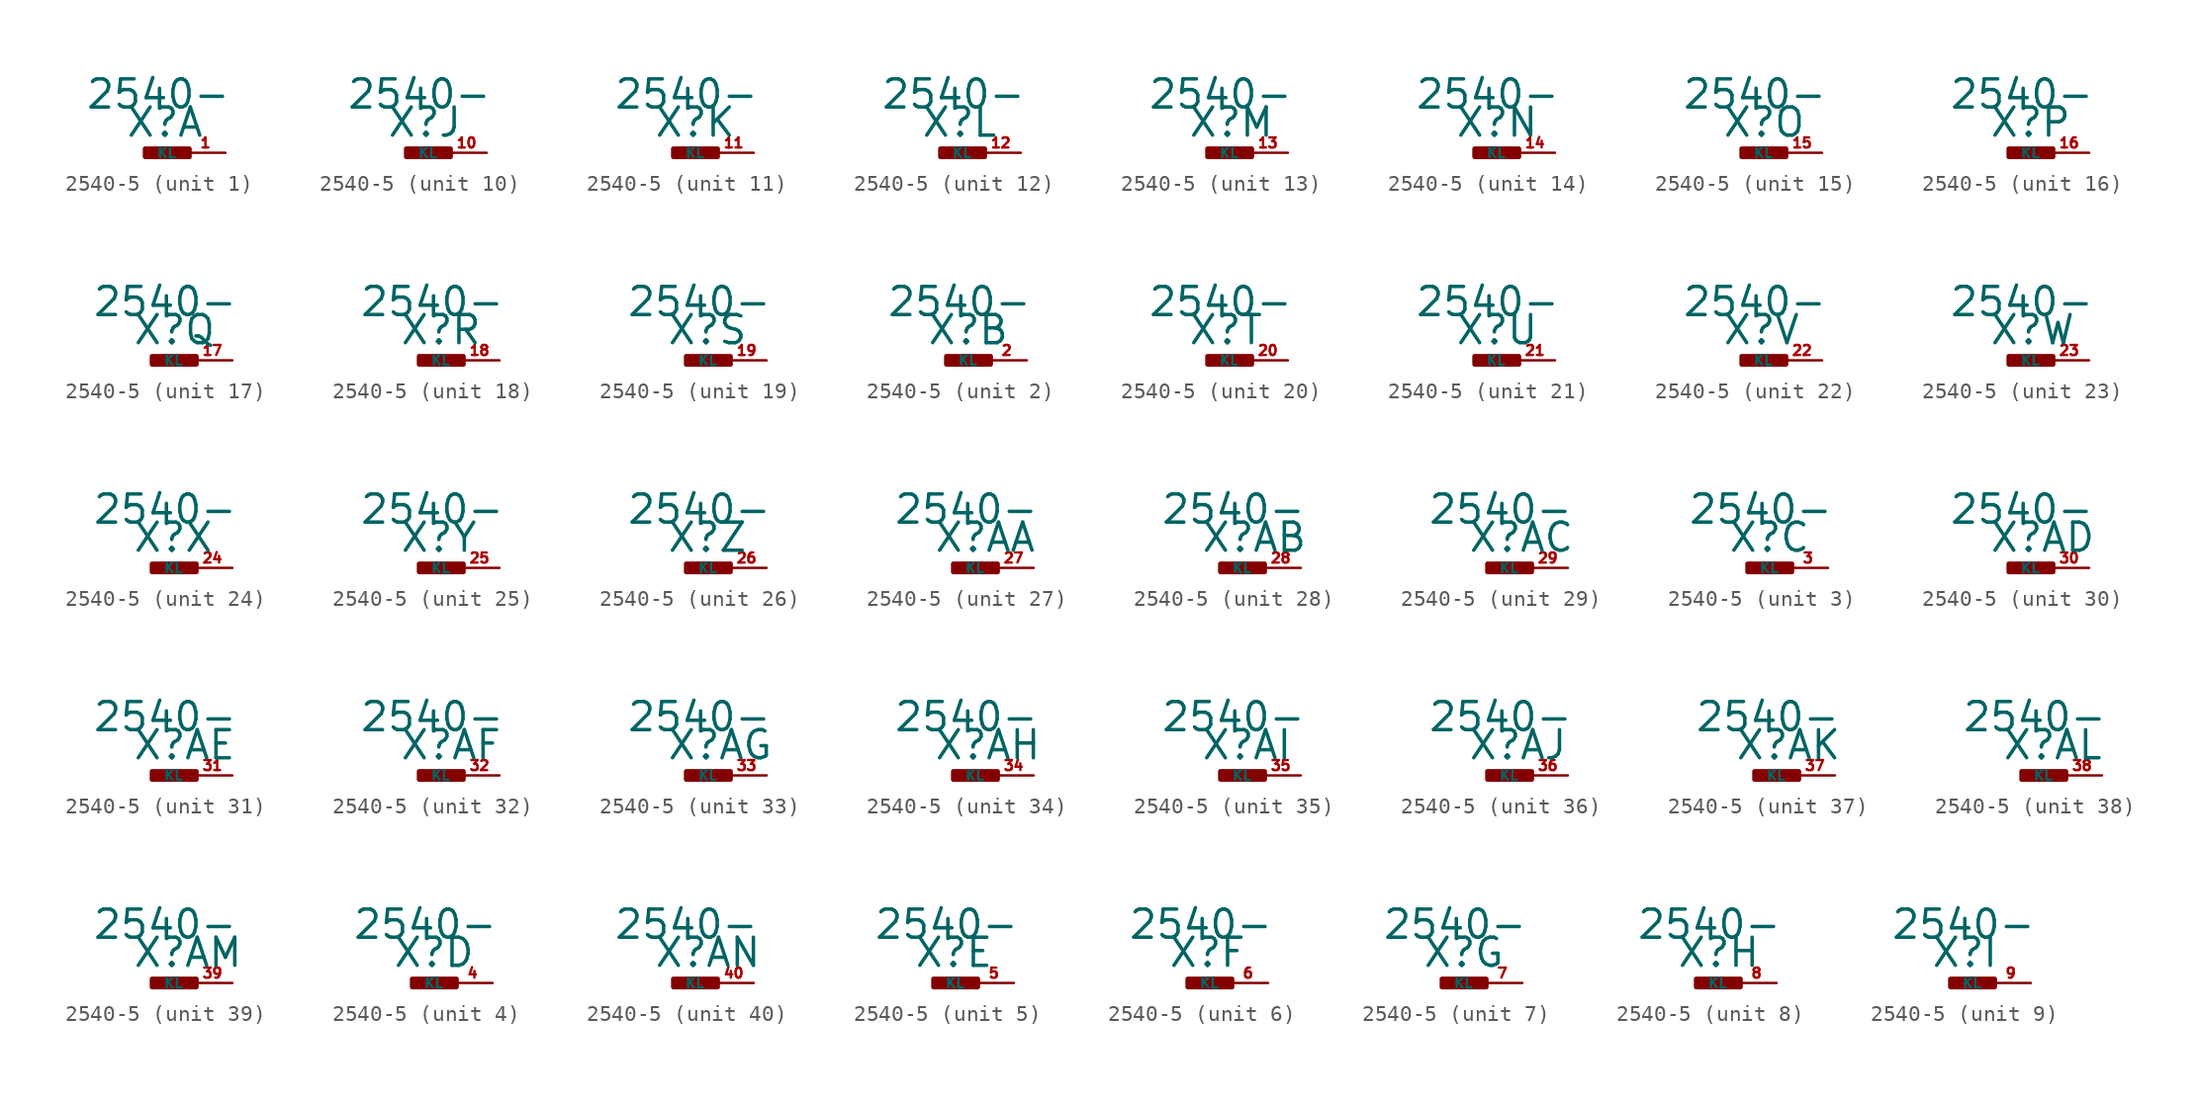
<source format=kicad_sym>
(kicad_symbol_lib
  (version 20220914)
  (generator Eagle2Kicad)
  (symbol "2540-5"
    (property "Reference" "X"
      (at -1.27 0.889 0)
      (effects (font (size 1.778 1.778) (thickness 0.22)) (justify left bottom)))
    (property "Value" "2540-"
      (at -3.81 2.667 0)
      (effects (font (size 1.778 1.778) (thickness 0.22)) (justify left bottom)))
    (symbol "2540-5_1_0"
      (rectangle (start 0 -0.254) (end 2.794 0.254) (stroke (width 0.3) (type default)) (fill (type outline)))
      (pin passive line (at 5.08 0 180) (length 2.54) (name "KL" (effects (font (size 0.635 0.635) (thickness 0.08)) (justify left bottom))) (number "1" (effects (font (size 0.635 0.635) (thickness 0.08)) (justify left bottom)))))
    (symbol "2540-5_2_0"
      (rectangle (start 0 -0.254) (end 2.794 0.254) (stroke (width 0.3) (type default)) (fill (type outline)))
      (pin passive line (at 5.08 0 180) (length 2.54) (name "KL" (effects (font (size 0.635 0.635) (thickness 0.08)) (justify left bottom))) (number "2" (effects (font (size 0.635 0.635) (thickness 0.08)) (justify left bottom)))))
    (symbol "2540-5_3_0"
      (rectangle (start 0 -0.254) (end 2.794 0.254) (stroke (width 0.3) (type default)) (fill (type outline)))
      (pin passive line (at 5.08 0 180) (length 2.54) (name "KL" (effects (font (size 0.635 0.635) (thickness 0.08)) (justify left bottom))) (number "3" (effects (font (size 0.635 0.635) (thickness 0.08)) (justify left bottom)))))
    (symbol "2540-5_4_0"
      (rectangle (start 0 -0.254) (end 2.794 0.254) (stroke (width 0.3) (type default)) (fill (type outline)))
      (pin passive line (at 5.08 0 180) (length 2.54) (name "KL" (effects (font (size 0.635 0.635) (thickness 0.08)) (justify left bottom))) (number "4" (effects (font (size 0.635 0.635) (thickness 0.08)) (justify left bottom)))))
    (symbol "2540-5_5_0"
      (rectangle (start 0 -0.254) (end 2.794 0.254) (stroke (width 0.3) (type default)) (fill (type outline)))
      (pin passive line (at 5.08 0 180) (length 2.54) (name "KL" (effects (font (size 0.635 0.635) (thickness 0.08)) (justify left bottom))) (number "5" (effects (font (size 0.635 0.635) (thickness 0.08)) (justify left bottom)))))
    (symbol "2540-5_6_0"
      (rectangle (start 0 -0.254) (end 2.794 0.254) (stroke (width 0.3) (type default)) (fill (type outline)))
      (pin passive line (at 5.08 0 180) (length 2.54) (name "KL" (effects (font (size 0.635 0.635) (thickness 0.08)) (justify left bottom))) (number "6" (effects (font (size 0.635 0.635) (thickness 0.08)) (justify left bottom)))))
    (symbol "2540-5_7_0"
      (rectangle (start 0 -0.254) (end 2.794 0.254) (stroke (width 0.3) (type default)) (fill (type outline)))
      (pin passive line (at 5.08 0 180) (length 2.54) (name "KL" (effects (font (size 0.635 0.635) (thickness 0.08)) (justify left bottom))) (number "7" (effects (font (size 0.635 0.635) (thickness 0.08)) (justify left bottom)))))
    (symbol "2540-5_8_0"
      (rectangle (start 0 -0.254) (end 2.794 0.254) (stroke (width 0.3) (type default)) (fill (type outline)))
      (pin passive line (at 5.08 0 180) (length 2.54) (name "KL" (effects (font (size 0.635 0.635) (thickness 0.08)) (justify left bottom))) (number "8" (effects (font (size 0.635 0.635) (thickness 0.08)) (justify left bottom)))))
    (symbol "2540-5_9_0"
      (rectangle (start 0 -0.254) (end 2.794 0.254) (stroke (width 0.3) (type default)) (fill (type outline)))
      (pin passive line (at 5.08 0 180) (length 2.54) (name "KL" (effects (font (size 0.635 0.635) (thickness 0.08)) (justify left bottom))) (number "9" (effects (font (size 0.635 0.635) (thickness 0.08)) (justify left bottom)))))
    (symbol "2540-5_10_0"
      (rectangle (start 0 -0.254) (end 2.794 0.254) (stroke (width 0.3) (type default)) (fill (type outline)))
      (pin passive line (at 5.08 0 180) (length 2.54) (name "KL" (effects (font (size 0.635 0.635) (thickness 0.08)) (justify left bottom))) (number "10" (effects (font (size 0.635 0.635) (thickness 0.08)) (justify left bottom)))))
    (symbol "2540-5_11_0"
      (rectangle (start 0 -0.254) (end 2.794 0.254) (stroke (width 0.3) (type default)) (fill (type outline)))
      (pin passive line (at 5.08 0 180) (length 2.54) (name "KL" (effects (font (size 0.635 0.635) (thickness 0.08)) (justify left bottom))) (number "11" (effects (font (size 0.635 0.635) (thickness 0.08)) (justify left bottom)))))
    (symbol "2540-5_12_0"
      (rectangle (start 0 -0.254) (end 2.794 0.254) (stroke (width 0.3) (type default)) (fill (type outline)))
      (pin passive line (at 5.08 0 180) (length 2.54) (name "KL" (effects (font (size 0.635 0.635) (thickness 0.08)) (justify left bottom))) (number "12" (effects (font (size 0.635 0.635) (thickness 0.08)) (justify left bottom)))))
    (symbol "2540-5_13_0"
      (rectangle (start 0 -0.254) (end 2.794 0.254) (stroke (width 0.3) (type default)) (fill (type outline)))
      (pin passive line (at 5.08 0 180) (length 2.54) (name "KL" (effects (font (size 0.635 0.635) (thickness 0.08)) (justify left bottom))) (number "13" (effects (font (size 0.635 0.635) (thickness 0.08)) (justify left bottom)))))
    (symbol "2540-5_14_0"
      (rectangle (start 0 -0.254) (end 2.794 0.254) (stroke (width 0.3) (type default)) (fill (type outline)))
      (pin passive line (at 5.08 0 180) (length 2.54) (name "KL" (effects (font (size 0.635 0.635) (thickness 0.08)) (justify left bottom))) (number "14" (effects (font (size 0.635 0.635) (thickness 0.08)) (justify left bottom)))))
    (symbol "2540-5_15_0"
      (rectangle (start 0 -0.254) (end 2.794 0.254) (stroke (width 0.3) (type default)) (fill (type outline)))
      (pin passive line (at 5.08 0 180) (length 2.54) (name "KL" (effects (font (size 0.635 0.635) (thickness 0.08)) (justify left bottom))) (number "15" (effects (font (size 0.635 0.635) (thickness 0.08)) (justify left bottom)))))
    (symbol "2540-5_16_0"
      (rectangle (start 0 -0.254) (end 2.794 0.254) (stroke (width 0.3) (type default)) (fill (type outline)))
      (pin passive line (at 5.08 0 180) (length 2.54) (name "KL" (effects (font (size 0.635 0.635) (thickness 0.08)) (justify left bottom))) (number "16" (effects (font (size 0.635 0.635) (thickness 0.08)) (justify left bottom)))))
    (symbol "2540-5_17_0"
      (rectangle (start 0 -0.254) (end 2.794 0.254) (stroke (width 0.3) (type default)) (fill (type outline)))
      (pin passive line (at 5.08 0 180) (length 2.54) (name "KL" (effects (font (size 0.635 0.635) (thickness 0.08)) (justify left bottom))) (number "17" (effects (font (size 0.635 0.635) (thickness 0.08)) (justify left bottom)))))
    (symbol "2540-5_18_0"
      (rectangle (start 0 -0.254) (end 2.794 0.254) (stroke (width 0.3) (type default)) (fill (type outline)))
      (pin passive line (at 5.08 0 180) (length 2.54) (name "KL" (effects (font (size 0.635 0.635) (thickness 0.08)) (justify left bottom))) (number "18" (effects (font (size 0.635 0.635) (thickness 0.08)) (justify left bottom)))))
    (symbol "2540-5_19_0"
      (rectangle (start 0 -0.254) (end 2.794 0.254) (stroke (width 0.3) (type default)) (fill (type outline)))
      (pin passive line (at 5.08 0 180) (length 2.54) (name "KL" (effects (font (size 0.635 0.635) (thickness 0.08)) (justify left bottom))) (number "19" (effects (font (size 0.635 0.635) (thickness 0.08)) (justify left bottom)))))
    (symbol "2540-5_20_0"
      (rectangle (start 0 -0.254) (end 2.794 0.254) (stroke (width 0.3) (type default)) (fill (type outline)))
      (pin passive line (at 5.08 0 180) (length 2.54) (name "KL" (effects (font (size 0.635 0.635) (thickness 0.08)) (justify left bottom))) (number "20" (effects (font (size 0.635 0.635) (thickness 0.08)) (justify left bottom)))))
    (symbol "2540-5_21_0"
      (rectangle (start 0 -0.254) (end 2.794 0.254) (stroke (width 0.3) (type default)) (fill (type outline)))
      (pin passive line (at 5.08 0 180) (length 2.54) (name "KL" (effects (font (size 0.635 0.635) (thickness 0.08)) (justify left bottom))) (number "21" (effects (font (size 0.635 0.635) (thickness 0.08)) (justify left bottom)))))
    (symbol "2540-5_22_0"
      (rectangle (start 0 -0.254) (end 2.794 0.254) (stroke (width 0.3) (type default)) (fill (type outline)))
      (pin passive line (at 5.08 0 180) (length 2.54) (name "KL" (effects (font (size 0.635 0.635) (thickness 0.08)) (justify left bottom))) (number "22" (effects (font (size 0.635 0.635) (thickness 0.08)) (justify left bottom)))))
    (symbol "2540-5_23_0"
      (rectangle (start 0 -0.254) (end 2.794 0.254) (stroke (width 0.3) (type default)) (fill (type outline)))
      (pin passive line (at 5.08 0 180) (length 2.54) (name "KL" (effects (font (size 0.635 0.635) (thickness 0.08)) (justify left bottom))) (number "23" (effects (font (size 0.635 0.635) (thickness 0.08)) (justify left bottom)))))
    (symbol "2540-5_24_0"
      (rectangle (start 0 -0.254) (end 2.794 0.254) (stroke (width 0.3) (type default)) (fill (type outline)))
      (pin passive line (at 5.08 0 180) (length 2.54) (name "KL" (effects (font (size 0.635 0.635) (thickness 0.08)) (justify left bottom))) (number "24" (effects (font (size 0.635 0.635) (thickness 0.08)) (justify left bottom)))))
    (symbol "2540-5_25_0"
      (rectangle (start 0 -0.254) (end 2.794 0.254) (stroke (width 0.3) (type default)) (fill (type outline)))
      (pin passive line (at 5.08 0 180) (length 2.54) (name "KL" (effects (font (size 0.635 0.635) (thickness 0.08)) (justify left bottom))) (number "25" (effects (font (size 0.635 0.635) (thickness 0.08)) (justify left bottom)))))
    (symbol "2540-5_26_0"
      (rectangle (start 0 -0.254) (end 2.794 0.254) (stroke (width 0.3) (type default)) (fill (type outline)))
      (pin passive line (at 5.08 0 180) (length 2.54) (name "KL" (effects (font (size 0.635 0.635) (thickness 0.08)) (justify left bottom))) (number "26" (effects (font (size 0.635 0.635) (thickness 0.08)) (justify left bottom)))))
    (symbol "2540-5_27_0"
      (rectangle (start 0 -0.254) (end 2.794 0.254) (stroke (width 0.3) (type default)) (fill (type outline)))
      (pin passive line (at 5.08 0 180) (length 2.54) (name "KL" (effects (font (size 0.635 0.635) (thickness 0.08)) (justify left bottom))) (number "27" (effects (font (size 0.635 0.635) (thickness 0.08)) (justify left bottom)))))
    (symbol "2540-5_28_0"
      (rectangle (start 0 -0.254) (end 2.794 0.254) (stroke (width 0.3) (type default)) (fill (type outline)))
      (pin passive line (at 5.08 0 180) (length 2.54) (name "KL" (effects (font (size 0.635 0.635) (thickness 0.08)) (justify left bottom))) (number "28" (effects (font (size 0.635 0.635) (thickness 0.08)) (justify left bottom)))))
    (symbol "2540-5_29_0"
      (rectangle (start 0 -0.254) (end 2.794 0.254) (stroke (width 0.3) (type default)) (fill (type outline)))
      (pin passive line (at 5.08 0 180) (length 2.54) (name "KL" (effects (font (size 0.635 0.635) (thickness 0.08)) (justify left bottom))) (number "29" (effects (font (size 0.635 0.635) (thickness 0.08)) (justify left bottom)))))
    (symbol "2540-5_30_0"
      (rectangle (start 0 -0.254) (end 2.794 0.254) (stroke (width 0.3) (type default)) (fill (type outline)))
      (pin passive line (at 5.08 0 180) (length 2.54) (name "KL" (effects (font (size 0.635 0.635) (thickness 0.08)) (justify left bottom))) (number "30" (effects (font (size 0.635 0.635) (thickness 0.08)) (justify left bottom)))))
    (symbol "2540-5_31_0"
      (rectangle (start 0 -0.254) (end 2.794 0.254) (stroke (width 0.3) (type default)) (fill (type outline)))
      (pin passive line (at 5.08 0 180) (length 2.54) (name "KL" (effects (font (size 0.635 0.635) (thickness 0.08)) (justify left bottom))) (number "31" (effects (font (size 0.635 0.635) (thickness 0.08)) (justify left bottom)))))
    (symbol "2540-5_32_0"
      (rectangle (start 0 -0.254) (end 2.794 0.254) (stroke (width 0.3) (type default)) (fill (type outline)))
      (pin passive line (at 5.08 0 180) (length 2.54) (name "KL" (effects (font (size 0.635 0.635) (thickness 0.08)) (justify left bottom))) (number "32" (effects (font (size 0.635 0.635) (thickness 0.08)) (justify left bottom)))))
    (symbol "2540-5_33_0"
      (rectangle (start 0 -0.254) (end 2.794 0.254) (stroke (width 0.3) (type default)) (fill (type outline)))
      (pin passive line (at 5.08 0 180) (length 2.54) (name "KL" (effects (font (size 0.635 0.635) (thickness 0.08)) (justify left bottom))) (number "33" (effects (font (size 0.635 0.635) (thickness 0.08)) (justify left bottom)))))
    (symbol "2540-5_34_0"
      (rectangle (start 0 -0.254) (end 2.794 0.254) (stroke (width 0.3) (type default)) (fill (type outline)))
      (pin passive line (at 5.08 0 180) (length 2.54) (name "KL" (effects (font (size 0.635 0.635) (thickness 0.08)) (justify left bottom))) (number "34" (effects (font (size 0.635 0.635) (thickness 0.08)) (justify left bottom)))))
    (symbol "2540-5_35_0"
      (rectangle (start 0 -0.254) (end 2.794 0.254) (stroke (width 0.3) (type default)) (fill (type outline)))
      (pin passive line (at 5.08 0 180) (length 2.54) (name "KL" (effects (font (size 0.635 0.635) (thickness 0.08)) (justify left bottom))) (number "35" (effects (font (size 0.635 0.635) (thickness 0.08)) (justify left bottom)))))
    (symbol "2540-5_36_0"
      (rectangle (start 0 -0.254) (end 2.794 0.254) (stroke (width 0.3) (type default)) (fill (type outline)))
      (pin passive line (at 5.08 0 180) (length 2.54) (name "KL" (effects (font (size 0.635 0.635) (thickness 0.08)) (justify left bottom))) (number "36" (effects (font (size 0.635 0.635) (thickness 0.08)) (justify left bottom)))))
    (symbol "2540-5_37_0"
      (rectangle (start 0 -0.254) (end 2.794 0.254) (stroke (width 0.3) (type default)) (fill (type outline)))
      (pin passive line (at 5.08 0 180) (length 2.54) (name "KL" (effects (font (size 0.635 0.635) (thickness 0.08)) (justify left bottom))) (number "37" (effects (font (size 0.635 0.635) (thickness 0.08)) (justify left bottom)))))
    (symbol "2540-5_38_0"
      (rectangle (start 0 -0.254) (end 2.794 0.254) (stroke (width 0.3) (type default)) (fill (type outline)))
      (pin passive line (at 5.08 0 180) (length 2.54) (name "KL" (effects (font (size 0.635 0.635) (thickness 0.08)) (justify left bottom))) (number "38" (effects (font (size 0.635 0.635) (thickness 0.08)) (justify left bottom)))))
    (symbol "2540-5_39_0"
      (rectangle (start 0 -0.254) (end 2.794 0.254) (stroke (width 0.3) (type default)) (fill (type outline)))
      (pin passive line (at 5.08 0 180) (length 2.54) (name "KL" (effects (font (size 0.635 0.635) (thickness 0.08)) (justify left bottom))) (number "39" (effects (font (size 0.635 0.635) (thickness 0.08)) (justify left bottom)))))
    (symbol "2540-5_40_0"
      (rectangle (start 0 -0.254) (end 2.794 0.254) (stroke (width 0.3) (type default)) (fill (type outline)))
      (pin passive line (at 5.08 0 180) (length 2.54) (name "KL" (effects (font (size 0.635 0.635) (thickness 0.08)) (justify left bottom))) (number "40" (effects (font (size 0.635 0.635) (thickness 0.08)) (justify left bottom)))))))
</source>
